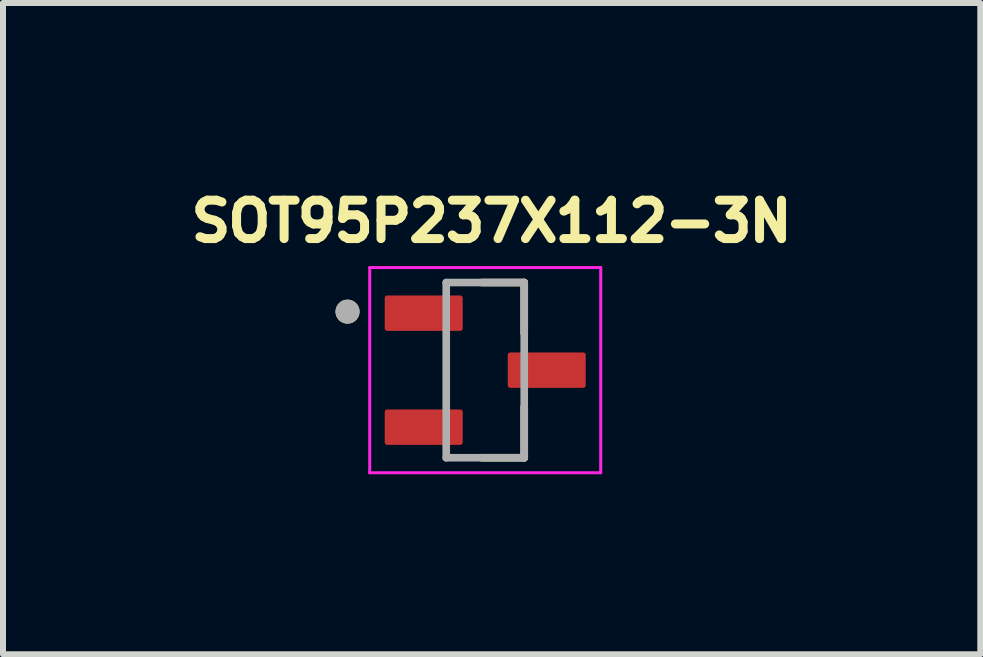
<source format=kicad_pcb>
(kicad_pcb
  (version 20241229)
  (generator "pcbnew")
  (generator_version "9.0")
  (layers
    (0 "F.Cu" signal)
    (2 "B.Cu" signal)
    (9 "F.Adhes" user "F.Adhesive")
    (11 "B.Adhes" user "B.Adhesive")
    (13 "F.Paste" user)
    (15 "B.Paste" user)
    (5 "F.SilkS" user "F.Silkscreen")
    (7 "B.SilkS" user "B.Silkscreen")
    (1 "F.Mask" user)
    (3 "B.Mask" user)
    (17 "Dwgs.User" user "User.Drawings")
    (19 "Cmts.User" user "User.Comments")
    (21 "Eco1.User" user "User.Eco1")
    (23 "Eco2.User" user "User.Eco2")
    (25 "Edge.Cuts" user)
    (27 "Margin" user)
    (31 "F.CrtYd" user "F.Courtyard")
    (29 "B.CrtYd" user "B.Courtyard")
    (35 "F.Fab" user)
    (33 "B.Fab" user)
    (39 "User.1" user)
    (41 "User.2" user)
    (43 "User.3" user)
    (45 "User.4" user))
  (footprint "SOT95P237X112-3N"
    (layer "F.Cu")
    (at 5.037 3.119)
    (property "Reference" "SOT95P237X112-3N" (at 0.107 -2.481 0) (layer "F.SilkS") (effects (font (size 0.64 0.64) (thickness 0.15))))
    (attr smd)
    (fp_line (start -0.055 -1.46) (end 0.65 -1.46) (stroke (width 0.127) (type solid)) (layer "F.SilkS"))
    (fp_line (start 0.65 -1.46) (end 0.65 -0.615) (stroke (width 0.127) (type solid)) (layer "F.SilkS"))
    (fp_line (start 0.65 1.46) (end -0.055 1.46) (stroke (width 0.127) (type solid)) (layer "F.SilkS"))
    (fp_line (start 0.65 1.46) (end 0.65 0.615) (stroke (width 0.127) (type solid)) (layer "F.SilkS"))
    (fp_circle (center -2.295 -0.975) (end -2.195 -0.975) (stroke (width 0.2) (type solid)) (fill no) (layer "F.SilkS"))
    (fp_line (start -1.925 -1.71) (end -1.925 1.71) (stroke (width 0.05) (type solid)) (layer "F.CrtYd"))
    (fp_line (start -1.925 1.71) (end 1.925 1.71) (stroke (width 0.05) (type solid)) (layer "F.CrtYd"))
    (fp_line (start 1.925 -1.71) (end -1.925 -1.71) (stroke (width 0.05) (type solid)) (layer "F.CrtYd"))
    (fp_line (start 1.925 1.71) (end 1.925 -1.71) (stroke (width 0.05) (type solid)) (layer "F.CrtYd"))
    (fp_line (start -0.65 -1.46) (end 0.65 -1.46) (stroke (width 0.127) (type solid)) (layer "F.Fab"))
    (fp_line (start -0.65 1.46) (end -0.65 -1.46) (stroke (width 0.127) (type solid)) (layer "F.Fab"))
    (fp_line (start 0.65 -1.46) (end 0.65 1.46) (stroke (width 0.127) (type solid)) (layer "F.Fab"))
    (fp_line (start 0.65 1.46) (end -0.65 1.46) (stroke (width 0.127) (type solid)) (layer "F.Fab"))
    (fp_circle (center -2.295 -0.975) (end -2.195 -0.975) (stroke (width 0.2) (type solid)) (fill no) (layer "F.Fab"))
    (pad "1" smd roundrect (at -1.025 -0.95) (size 1.3 0.59) (layers "F.Cu" "F.Mask" "F.Paste") (roundrect_rratio 0.07))
    (pad "2" smd roundrect (at -1.025 0.95) (size 1.3 0.59) (layers "F.Cu" "F.Mask" "F.Paste") (roundrect_rratio 0.07))
    (pad "3" smd roundrect (at 1.025 0) (size 1.3 0.59) (layers "F.Cu" "F.Mask" "F.Paste") (roundrect_rratio 0.07)))
  (gr_rect
    (start -3 -3)
    (end 13.288 7.854)
    (stroke (width 0.1) (type default))
    (fill no)
    (layer "Edge.Cuts")))
</source>
